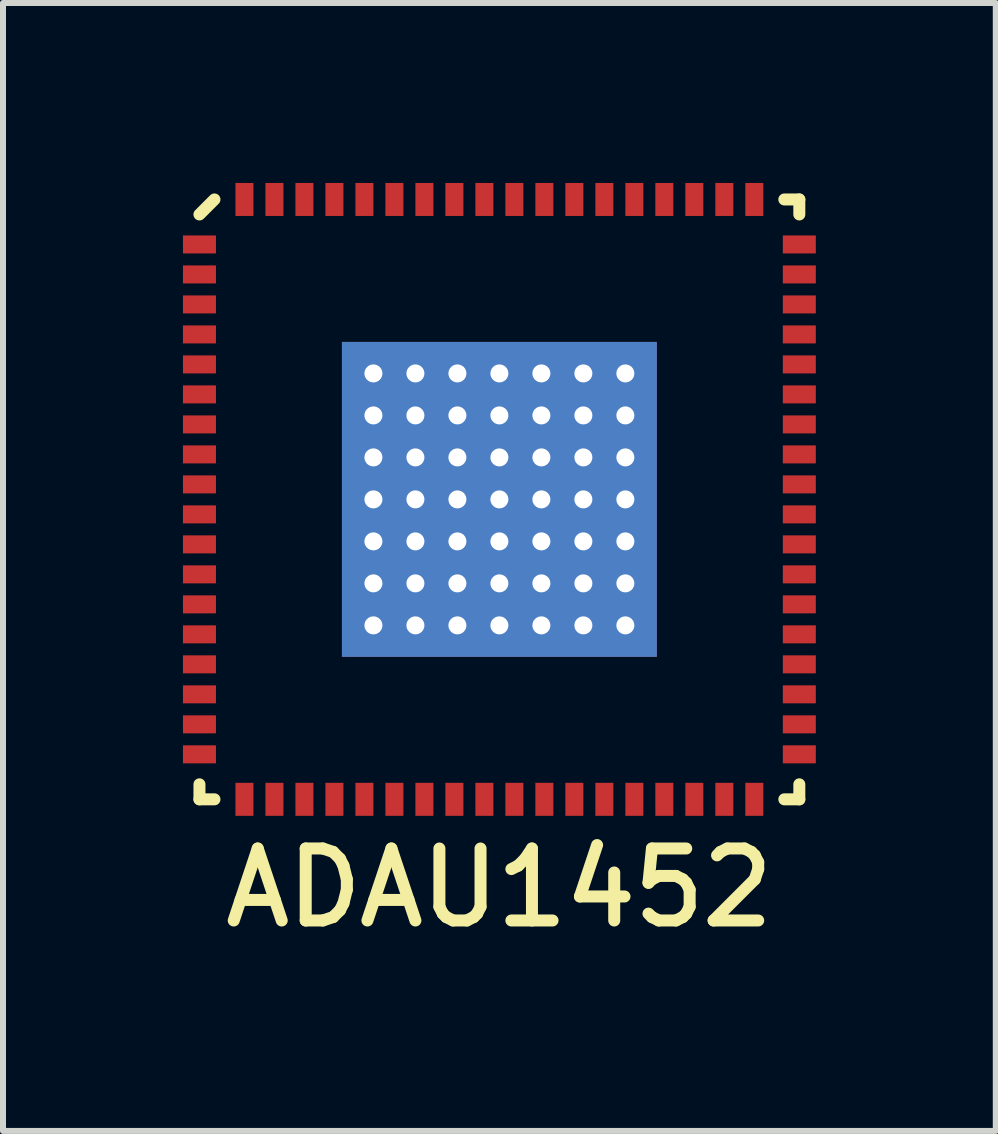
<source format=kicad_pcb>
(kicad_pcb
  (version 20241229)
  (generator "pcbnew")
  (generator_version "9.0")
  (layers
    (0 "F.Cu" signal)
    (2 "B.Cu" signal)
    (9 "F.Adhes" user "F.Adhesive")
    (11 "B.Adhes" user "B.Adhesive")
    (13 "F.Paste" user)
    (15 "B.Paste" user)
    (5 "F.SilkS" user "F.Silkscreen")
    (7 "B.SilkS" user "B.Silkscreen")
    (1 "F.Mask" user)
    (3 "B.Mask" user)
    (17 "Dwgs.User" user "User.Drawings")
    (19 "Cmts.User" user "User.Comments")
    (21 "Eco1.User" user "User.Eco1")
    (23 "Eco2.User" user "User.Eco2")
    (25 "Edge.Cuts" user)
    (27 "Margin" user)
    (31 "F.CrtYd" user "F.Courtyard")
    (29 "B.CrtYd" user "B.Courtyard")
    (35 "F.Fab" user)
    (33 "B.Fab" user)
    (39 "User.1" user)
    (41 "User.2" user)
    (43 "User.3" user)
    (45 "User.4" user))
  (footprint "ADAU1452"
    (layer "F.Cu")
    (at 5.275 5.275)
    (property "Reference" "ADAU1452" (at 0 6.475 0) (layer "F.SilkS") (effects (font (size 1.2 1.2) (thickness 0.2))))
    (attr through_hole)
    (fp_line (start -5 -4.75) (end -4.75 -5) (stroke (width 0.2) (type solid)) (layer "F.SilkS"))
    (fp_line (start -5 5) (end -5 4.75) (stroke (width 0.2) (type solid)) (layer "F.SilkS"))
    (fp_line (start -4.75 5) (end -5 5) (stroke (width 0.2) (type solid)) (layer "F.SilkS"))
    (fp_line (start 4.75 -5) (end 5 -5) (stroke (width 0.2) (type solid)) (layer "F.SilkS"))
    (fp_line (start 4.75 5) (end 5 5) (stroke (width 0.2) (type solid)) (layer "F.SilkS"))
    (fp_line (start 5 -5) (end 5 -4.75) (stroke (width 0.2) (type solid)) (layer "F.SilkS"))
    (fp_line (start 5 5) (end 5 4.75) (stroke (width 0.2) (type solid)) (layer "F.SilkS"))
    (pad "1" smd rect (at -5 -4.25) (size 0.55 0.3) (layers "F.Cu" "F.Mask" "F.Paste"))
    (pad "2" smd rect (at -5 -3.75) (size 0.55 0.3) (layers "F.Cu" "F.Mask" "F.Paste"))
    (pad "3" smd rect (at -5 -3.25) (size 0.55 0.3) (layers "F.Cu" "F.Mask" "F.Paste"))
    (pad "4" smd rect (at -5 -2.75) (size 0.55 0.3) (layers "F.Cu" "F.Mask" "F.Paste"))
    (pad "5" smd rect (at -5 -2.25) (size 0.55 0.3) (layers "F.Cu" "F.Mask" "F.Paste"))
    (pad "6" smd rect (at -5 -1.75) (size 0.55 0.3) (layers "F.Cu" "F.Mask" "F.Paste"))
    (pad "7" smd rect (at -5 -1.25) (size 0.55 0.3) (layers "F.Cu" "F.Mask" "F.Paste"))
    (pad "8" smd rect (at -5 -0.75) (size 0.55 0.3) (layers "F.Cu" "F.Mask" "F.Paste"))
    (pad "9" smd rect (at -5 -0.25) (size 0.55 0.3) (layers "F.Cu" "F.Mask" "F.Paste"))
    (pad "10" smd rect (at -5 0.25) (size 0.55 0.3) (layers "F.Cu" "F.Mask" "F.Paste"))
    (pad "11" smd rect (at -5 0.75) (size 0.55 0.3) (layers "F.Cu" "F.Mask" "F.Paste"))
    (pad "12" smd rect (at -5 1.25) (size 0.55 0.3) (layers "F.Cu" "F.Mask" "F.Paste"))
    (pad "13" smd rect (at -5 1.75) (size 0.55 0.3) (layers "F.Cu" "F.Mask" "F.Paste"))
    (pad "14" smd rect (at -5 2.25) (size 0.55 0.3) (layers "F.Cu" "F.Mask" "F.Paste"))
    (pad "15" smd rect (at -5 2.75) (size 0.55 0.3) (layers "F.Cu" "F.Mask" "F.Paste"))
    (pad "16" smd rect (at -5 3.25) (size 0.55 0.3) (layers "F.Cu" "F.Mask" "F.Paste"))
    (pad "17" smd rect (at -5 3.75) (size 0.55 0.3) (layers "F.Cu" "F.Mask" "F.Paste"))
    (pad "18" smd rect (at -5 4.25) (size 0.55 0.3) (layers "F.Cu" "F.Mask" "F.Paste"))
    (pad "19" smd rect (at -4.25 5) (size 0.3 0.55) (layers "F.Cu" "F.Mask" "F.Paste"))
    (pad "20" smd rect (at -3.75 5) (size 0.3 0.55) (layers "F.Cu" "F.Mask" "F.Paste"))
    (pad "21" smd rect (at -3.25 5) (size 0.3 0.55) (layers "F.Cu" "F.Mask" "F.Paste"))
    (pad "22" smd rect (at -2.75 5) (size 0.3 0.55) (layers "F.Cu" "F.Mask" "F.Paste"))
    (pad "23" smd rect (at -2.25 5) (size 0.3 0.55) (layers "F.Cu" "F.Mask" "F.Paste"))
    (pad "24" smd rect (at -1.75 5) (size 0.3 0.55) (layers "F.Cu" "F.Mask" "F.Paste"))
    (pad "25" smd rect (at -1.25 5) (size 0.3 0.55) (layers "F.Cu" "F.Mask" "F.Paste"))
    (pad "26" smd rect (at -0.75 5) (size 0.3 0.55) (layers "F.Cu" "F.Mask" "F.Paste"))
    (pad "27" smd rect (at -0.25 5) (size 0.3 0.55) (layers "F.Cu" "F.Mask" "F.Paste"))
    (pad "28" smd rect (at 0.25 5) (size 0.3 0.55) (layers "F.Cu" "F.Mask" "F.Paste"))
    (pad "29" smd rect (at 0.75 5) (size 0.3 0.55) (layers "F.Cu" "F.Mask" "F.Paste"))
    (pad "30" smd rect (at 1.25 5) (size 0.3 0.55) (layers "F.Cu" "F.Mask" "F.Paste"))
    (pad "31" smd rect (at 1.75 5) (size 0.3 0.55) (layers "F.Cu" "F.Mask" "F.Paste"))
    (pad "32" smd rect (at 2.25 5) (size 0.3 0.55) (layers "F.Cu" "F.Mask" "F.Paste"))
    (pad "33" smd rect (at 2.75 5) (size 0.3 0.55) (layers "F.Cu" "F.Mask" "F.Paste"))
    (pad "34" smd rect (at 3.25 5) (size 0.3 0.55) (layers "F.Cu" "F.Mask" "F.Paste"))
    (pad "35" smd rect (at 3.75 5) (size 0.3 0.55) (layers "F.Cu" "F.Mask" "F.Paste"))
    (pad "36" smd rect (at 4.25 5) (size 0.3 0.55) (layers "F.Cu" "F.Mask" "F.Paste"))
    (pad "37" smd rect (at 5 4.25) (size 0.55 0.3) (layers "F.Cu" "F.Mask" "F.Paste"))
    (pad "38" smd rect (at 5 3.75) (size 0.55 0.3) (layers "F.Cu" "F.Mask" "F.Paste"))
    (pad "39" smd rect (at 5 3.25) (size 0.55 0.3) (layers "F.Cu" "F.Mask" "F.Paste"))
    (pad "40" smd rect (at 5 2.75) (size 0.55 0.3) (layers "F.Cu" "F.Mask" "F.Paste"))
    (pad "41" smd rect (at 5 2.25) (size 0.55 0.3) (layers "F.Cu" "F.Mask" "F.Paste"))
    (pad "42" smd rect (at 5 1.75) (size 0.55 0.3) (layers "F.Cu" "F.Mask" "F.Paste"))
    (pad "43" smd rect (at 5 1.25) (size 0.55 0.3) (layers "F.Cu" "F.Mask" "F.Paste"))
    (pad "44" smd rect (at 5 0.75) (size 0.55 0.3) (layers "F.Cu" "F.Mask" "F.Paste"))
    (pad "45" smd rect (at 5 0.25) (size 0.55 0.3) (layers "F.Cu" "F.Mask" "F.Paste"))
    (pad "46" smd rect (at 5 -0.25) (size 0.55 0.3) (layers "F.Cu" "F.Mask" "F.Paste"))
    (pad "47" smd rect (at 5 -0.75) (size 0.55 0.3) (layers "F.Cu" "F.Mask" "F.Paste"))
    (pad "48" smd rect (at 5 -1.25) (size 0.55 0.3) (layers "F.Cu" "F.Mask" "F.Paste"))
    (pad "49" smd rect (at 5 -1.75) (size 0.55 0.3) (layers "F.Cu" "F.Mask" "F.Paste"))
    (pad "50" smd rect (at 5 -2.25) (size 0.55 0.3) (layers "F.Cu" "F.Mask" "F.Paste"))
    (pad "51" smd rect (at 5 -2.75) (size 0.55 0.3) (layers "F.Cu" "F.Mask" "F.Paste"))
    (pad "52" smd rect (at 5 -3.25) (size 0.55 0.3) (layers "F.Cu" "F.Mask" "F.Paste"))
    (pad "53" smd rect (at 5 -3.75) (size 0.55 0.3) (layers "F.Cu" "F.Mask" "F.Paste"))
    (pad "54" smd rect (at 5 -4.25) (size 0.55 0.3) (layers "F.Cu" "F.Mask" "F.Paste"))
    (pad "55" smd rect (at 4.25 -5) (size 0.3 0.55) (layers "F.Cu" "F.Mask" "F.Paste"))
    (pad "56" smd rect (at 3.75 -5) (size 0.3 0.55) (layers "F.Cu" "F.Mask" "F.Paste"))
    (pad "57" smd rect (at 3.25 -5) (size 0.3 0.55) (layers "F.Cu" "F.Mask" "F.Paste"))
    (pad "58" smd rect (at 2.75 -5) (size 0.3 0.55) (layers "F.Cu" "F.Mask" "F.Paste"))
    (pad "59" smd rect (at 2.25 -5) (size 0.3 0.55) (layers "F.Cu" "F.Mask" "F.Paste"))
    (pad "60" smd rect (at 1.75 -5) (size 0.3 0.55) (layers "F.Cu" "F.Mask" "F.Paste"))
    (pad "61" smd rect (at 1.25 -5) (size 0.3 0.55) (layers "F.Cu" "F.Mask" "F.Paste"))
    (pad "62" smd rect (at 0.75 -5) (size 0.3 0.55) (layers "F.Cu" "F.Mask" "F.Paste"))
    (pad "63" smd rect (at 0.25 -5) (size 0.3 0.55) (layers "F.Cu" "F.Mask" "F.Paste"))
    (pad "64" smd rect (at -0.25 -5) (size 0.3 0.55) (layers "F.Cu" "F.Mask" "F.Paste"))
    (pad "65" smd rect (at -0.75 -5) (size 0.3 0.55) (layers "F.Cu" "F.Mask" "F.Paste"))
    (pad "66" smd rect (at -1.25 -5) (size 0.3 0.55) (layers "F.Cu" "F.Mask" "F.Paste"))
    (pad "67" smd rect (at -1.75 -5) (size 0.3 0.55) (layers "F.Cu" "F.Mask" "F.Paste"))
    (pad "68" smd rect (at -2.25 -5) (size 0.3 0.55) (layers "F.Cu" "F.Mask" "F.Paste"))
    (pad "69" smd rect (at -2.75 -5) (size 0.3 0.55) (layers "F.Cu" "F.Mask" "F.Paste"))
    (pad "70" smd rect (at -3.25 -5) (size 0.3 0.55) (layers "F.Cu" "F.Mask" "F.Paste"))
    (pad "71" smd rect (at -3.75 -5) (size 0.3 0.55) (layers "F.Cu" "F.Mask" "F.Paste"))
    (pad "72" smd rect (at -4.25 -5) (size 0.3 0.55) (layers "F.Cu" "F.Mask" "F.Paste"))
    (pad "73" thru_hole circle (at -2.1 -2.1) (size 0.6 0.6) (drill 0.3) (layers "*.Cu" "F.Mask"))
    (pad "73" thru_hole circle (at -2.1 -1.4) (size 0.6 0.6) (drill 0.3) (layers "*.Cu" "F.Mask"))
    (pad "73" thru_hole circle (at -2.1 -0.7) (size 0.6 0.6) (drill 0.3) (layers "*.Cu" "F.Mask"))
    (pad "73" thru_hole circle (at -2.1 0) (size 0.6 0.6) (drill 0.3) (layers "*.Cu" "F.Mask"))
    (pad "73" thru_hole circle (at -2.1 0.7) (size 0.6 0.6) (drill 0.3) (layers "*.Cu" "F.Mask"))
    (pad "73" thru_hole circle (at -2.1 1.4) (size 0.6 0.6) (drill 0.3) (layers "*.Cu" "F.Mask"))
    (pad "73" thru_hole circle (at -2.1 2.1) (size 0.6 0.6) (drill 0.3) (layers "*.Cu" "F.Mask"))
    (pad "73" thru_hole circle (at -1.4 -2.1) (size 0.6 0.6) (drill 0.3) (layers "*.Cu" "F.Mask"))
    (pad "73" thru_hole circle (at -1.4 -1.4) (size 0.6 0.6) (drill 0.3) (layers "*.Cu" "F.Mask"))
    (pad "73" thru_hole circle (at -1.4 -0.7) (size 0.6 0.6) (drill 0.3) (layers "*.Cu" "F.Mask"))
    (pad "73" thru_hole circle (at -1.4 0) (size 0.6 0.6) (drill 0.3) (layers "*.Cu" "F.Mask"))
    (pad "73" thru_hole circle (at -1.4 0.7) (size 0.6 0.6) (drill 0.3) (layers "*.Cu" "F.Mask"))
    (pad "73" thru_hole circle (at -1.4 1.4) (size 0.6 0.6) (drill 0.3) (layers "*.Cu" "F.Mask"))
    (pad "73" thru_hole circle (at -1.4 2.1) (size 0.6 0.6) (drill 0.3) (layers "*.Cu" "F.Mask"))
    (pad "73" thru_hole circle (at -0.7 -2.1) (size 0.6 0.6) (drill 0.3) (layers "*.Cu" "F.Mask"))
    (pad "73" thru_hole circle (at -0.7 -1.4) (size 0.6 0.6) (drill 0.3) (layers "*.Cu" "F.Mask"))
    (pad "73" thru_hole circle (at -0.7 -0.7) (size 0.6 0.6) (drill 0.3) (layers "*.Cu" "F.Mask"))
    (pad "73" thru_hole circle (at -0.7 0) (size 0.6 0.6) (drill 0.3) (layers "*.Cu" "F.Mask"))
    (pad "73" thru_hole circle (at -0.7 0.7) (size 0.6 0.6) (drill 0.3) (layers "*.Cu" "F.Mask"))
    (pad "73" thru_hole circle (at -0.7 1.4) (size 0.6 0.6) (drill 0.3) (layers "*.Cu" "F.Mask"))
    (pad "73" thru_hole circle (at -0.7 2.1) (size 0.6 0.6) (drill 0.3) (layers "*.Cu" "F.Mask"))
    (pad "73" thru_hole circle (at 0 -2.1) (size 0.6 0.6) (drill 0.3) (layers "*.Cu" "F.Mask"))
    (pad "73" thru_hole circle (at 0 -1.4) (size 0.6 0.6) (drill 0.3) (layers "*.Cu" "F.Mask"))
    (pad "73" thru_hole circle (at 0 -0.7) (size 0.6 0.6) (drill 0.3) (layers "*.Cu" "F.Mask"))
    (pad "73" thru_hole circle (at 0 0) (size 0.6 0.6) (drill 0.3) (layers "*.Cu" "F.Mask"))
    (pad "73" smd rect (at 0 0) (size 5.25 5.25) (layers "*.Cu" "F.Mask" "F.Paste"))
    (pad "73" thru_hole circle (at 0 0.7) (size 0.6 0.6) (drill 0.3) (layers "*.Cu" "F.Mask"))
    (pad "73" thru_hole circle (at 0 1.4) (size 0.6 0.6) (drill 0.3) (layers "*.Cu" "F.Mask"))
    (pad "73" thru_hole circle (at 0 2.1) (size 0.6 0.6) (drill 0.3) (layers "*.Cu" "F.Mask"))
    (pad "73" thru_hole circle (at 0.7 -2.1) (size 0.6 0.6) (drill 0.3) (layers "*.Cu" "F.Mask"))
    (pad "73" thru_hole circle (at 0.7 -1.4) (size 0.6 0.6) (drill 0.3) (layers "*.Cu" "F.Mask"))
    (pad "73" thru_hole circle (at 0.7 -0.7) (size 0.6 0.6) (drill 0.3) (layers "*.Cu" "F.Mask"))
    (pad "73" thru_hole circle (at 0.7 0) (size 0.6 0.6) (drill 0.3) (layers "*.Cu" "F.Mask"))
    (pad "73" thru_hole circle (at 0.7 0.7) (size 0.6 0.6) (drill 0.3) (layers "*.Cu" "F.Mask"))
    (pad "73" thru_hole circle (at 0.7 1.4) (size 0.6 0.6) (drill 0.3) (layers "*.Cu" "F.Mask"))
    (pad "73" thru_hole circle (at 0.7 2.1) (size 0.6 0.6) (drill 0.3) (layers "*.Cu" "F.Mask"))
    (pad "73" thru_hole circle (at 1.4 -2.1) (size 0.6 0.6) (drill 0.3) (layers "*.Cu" "F.Mask"))
    (pad "73" thru_hole circle (at 1.4 -1.4) (size 0.6 0.6) (drill 0.3) (layers "*.Cu" "F.Mask"))
    (pad "73" thru_hole circle (at 1.4 -0.7) (size 0.6 0.6) (drill 0.3) (layers "*.Cu" "F.Mask"))
    (pad "73" thru_hole circle (at 1.4 0) (size 0.6 0.6) (drill 0.3) (layers "*.Cu" "F.Mask"))
    (pad "73" thru_hole circle (at 1.4 0.7) (size 0.6 0.6) (drill 0.3) (layers "*.Cu" "F.Mask"))
    (pad "73" thru_hole circle (at 1.4 1.4) (size 0.6 0.6) (drill 0.3) (layers "*.Cu" "F.Mask"))
    (pad "73" thru_hole circle (at 1.4 2.1) (size 0.6 0.6) (drill 0.3) (layers "*.Cu" "F.Mask"))
    (pad "73" thru_hole circle (at 2.1 -2.1) (size 0.6 0.6) (drill 0.3) (layers "*.Cu" "F.Mask"))
    (pad "73" thru_hole circle (at 2.1 -1.4) (size 0.6 0.6) (drill 0.3) (layers "*.Cu" "F.Mask"))
    (pad "73" thru_hole circle (at 2.1 -0.7) (size 0.6 0.6) (drill 0.3) (layers "*.Cu" "F.Mask"))
    (pad "73" thru_hole circle (at 2.1 0) (size 0.6 0.6) (drill 0.3) (layers "*.Cu" "F.Mask"))
    (pad "73" thru_hole circle (at 2.1 0.7) (size 0.6 0.6) (drill 0.3) (layers "*.Cu" "F.Mask"))
    (pad "73" thru_hole circle (at 2.1 1.4) (size 0.6 0.6) (drill 0.3) (layers "*.Cu" "F.Mask"))
    (pad "73" thru_hole circle (at 2.1 2.1) (size 0.6 0.6) (drill 0.3) (layers "*.Cu" "F.Mask")))
  (gr_rect
    (start -3 -3)
    (end 13.55 15.803)
    (stroke (width 0.1) (type default))
    (fill no)
    (layer "Edge.Cuts")))
</source>
